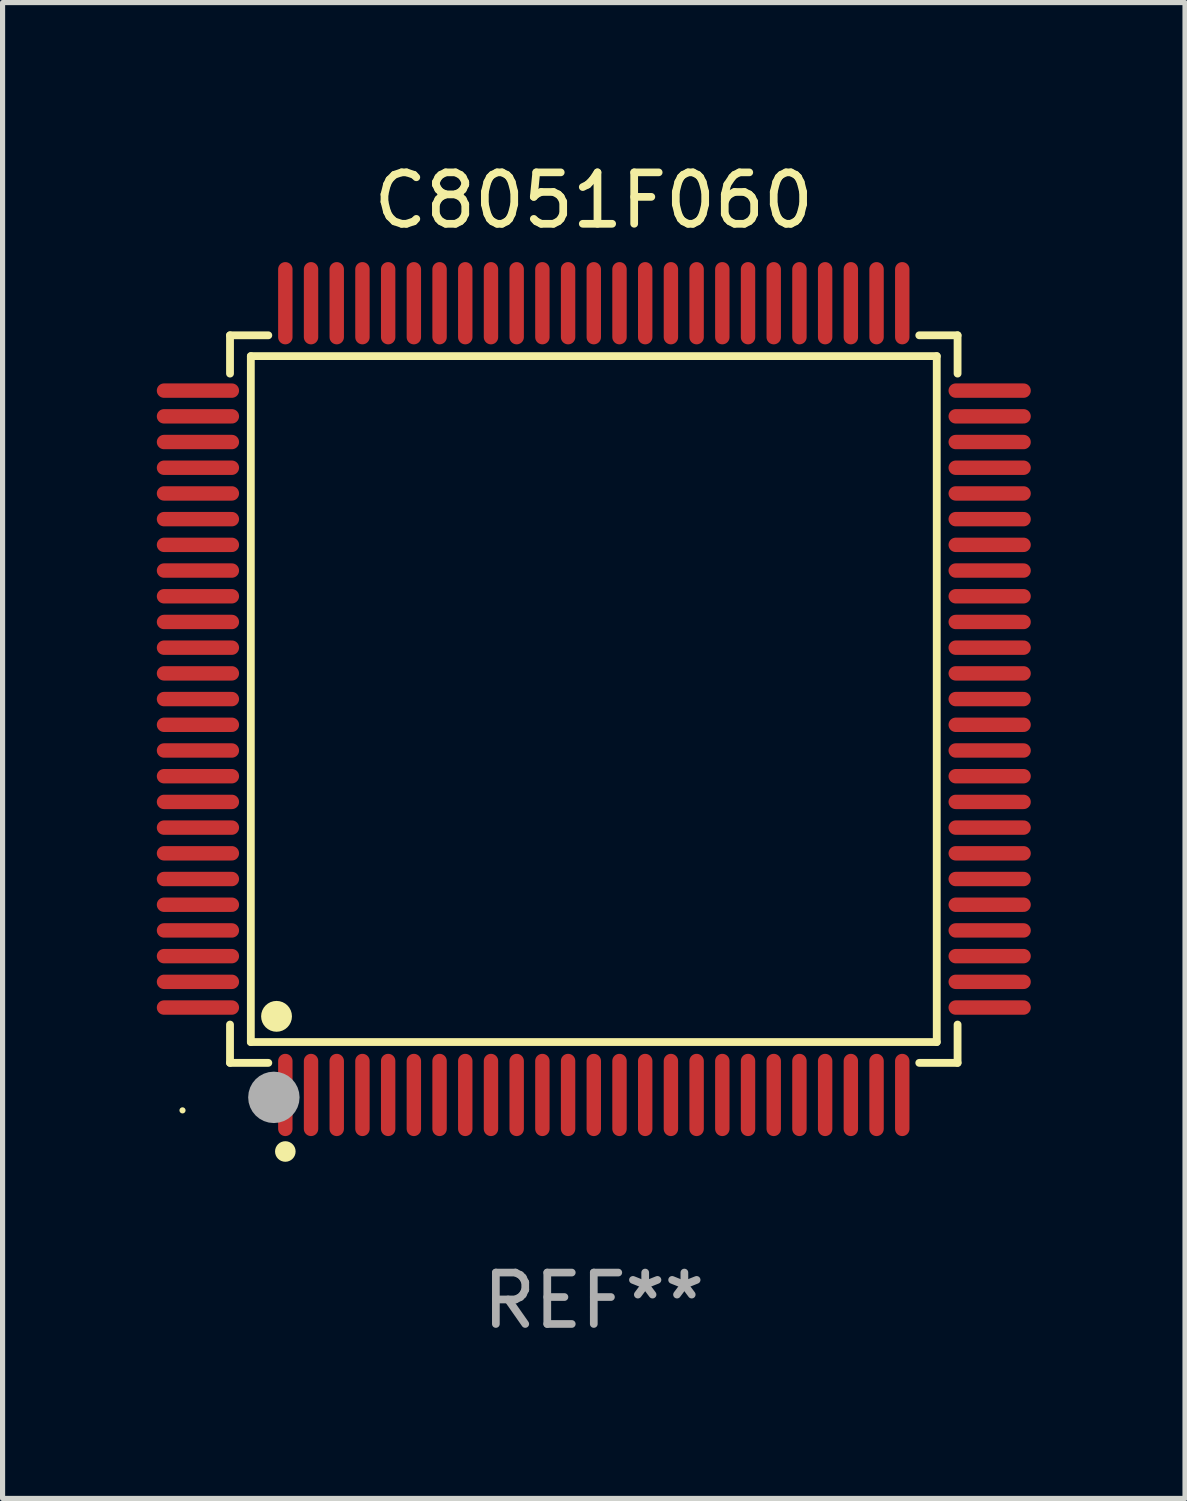
<source format=kicad_pcb>
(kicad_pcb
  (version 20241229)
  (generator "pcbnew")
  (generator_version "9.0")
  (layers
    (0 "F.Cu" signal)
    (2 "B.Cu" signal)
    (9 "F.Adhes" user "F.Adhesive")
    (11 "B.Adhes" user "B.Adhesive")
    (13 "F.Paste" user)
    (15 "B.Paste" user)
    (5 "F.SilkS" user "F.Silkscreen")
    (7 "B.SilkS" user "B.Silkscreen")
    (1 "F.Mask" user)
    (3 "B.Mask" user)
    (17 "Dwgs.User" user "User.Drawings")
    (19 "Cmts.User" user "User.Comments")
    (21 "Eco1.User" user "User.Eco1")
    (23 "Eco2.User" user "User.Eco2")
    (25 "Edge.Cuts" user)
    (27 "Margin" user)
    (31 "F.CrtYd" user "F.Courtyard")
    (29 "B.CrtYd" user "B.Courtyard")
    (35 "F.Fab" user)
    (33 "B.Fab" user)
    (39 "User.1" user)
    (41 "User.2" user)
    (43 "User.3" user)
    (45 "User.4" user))
  (footprint "C8051F060"
    (layer "F.Cu")
    (at 8.5 10.548)
    (property "Reference" "C8051F060" (at 0 -9.7 0) (layer "F.SilkS") (effects (font (size 1 1) (thickness 0.15))))
    (attr through_hole)
    (fp_line (start -7.076 -7.076) (end -6.331 -7.076) (stroke (width 0.152) (type solid)) (layer "F.SilkS"))
    (fp_line (start -7.076 -6.331) (end -7.076 -7.076) (stroke (width 0.152) (type solid)) (layer "F.SilkS"))
    (fp_line (start -7.076 6.331) (end -7.076 7.076) (stroke (width 0.152) (type solid)) (layer "F.SilkS"))
    (fp_line (start -7.076 7.076) (end -6.331 7.076) (stroke (width 0.152) (type solid)) (layer "F.SilkS"))
    (fp_line (start -6.671 -6.671) (end 6.671 -6.671) (stroke (width 0.152) (type solid)) (layer "F.SilkS"))
    (fp_line (start -6.671 6.671) (end -6.671 -6.671) (stroke (width 0.152) (type solid)) (layer "F.SilkS"))
    (fp_line (start 6.671 -6.671) (end 6.671 6.671) (stroke (width 0.152) (type solid)) (layer "F.SilkS"))
    (fp_line (start 6.671 6.671) (end -6.671 6.671) (stroke (width 0.152) (type solid)) (layer "F.SilkS"))
    (fp_line (start 7.076 -7.076) (end 6.331 -7.076) (stroke (width 0.152) (type solid)) (layer "F.SilkS"))
    (fp_line (start 7.076 -6.331) (end 7.076 -7.076) (stroke (width 0.152) (type solid)) (layer "F.SilkS"))
    (fp_line (start 7.076 6.331) (end 7.076 7.076) (stroke (width 0.152) (type solid)) (layer "F.SilkS"))
    (fp_line (start 7.076 7.076) (end 6.331 7.076) (stroke (width 0.152) (type solid)) (layer "F.SilkS"))
    (fp_circle (center -8 8) (end -7.97 8) (stroke (width 0.06) (type solid)) (fill no) (layer "F.SilkS"))
    (fp_circle (center -6.171 6.171) (end -6.021 6.171) (stroke (width 0.3) (type solid)) (fill no) (layer "F.SilkS"))
    (fp_circle (center -6 8.8) (end -5.9 8.8) (stroke (width 0.2) (type solid)) (fill no) (layer "F.SilkS"))
    (fp_circle (center -6.223 7.747) (end -5.973 7.747) (stroke (width 0.5) (type solid)) (fill no) (layer "F.Fab"))
    (fp_text user "REF**" (at 0 11.7 0) (layer "F.Fab") (effects (font (size 1 1) (thickness 0.15))))
    (pad "1" smd oval (at -6 7.7) (size 0.28 1.6) (layers "F.Cu" "F.Mask" "F.Paste"))
    (pad "2" smd oval (at -5.5 7.7) (size 0.28 1.6) (layers "F.Cu" "F.Mask" "F.Paste"))
    (pad "3" smd oval (at -5 7.7) (size 0.28 1.6) (layers "F.Cu" "F.Mask" "F.Paste"))
    (pad "4" smd oval (at -4.5 7.7) (size 0.28 1.6) (layers "F.Cu" "F.Mask" "F.Paste"))
    (pad "5" smd oval (at -4 7.7) (size 0.28 1.6) (layers "F.Cu" "F.Mask" "F.Paste"))
    (pad "6" smd oval (at -3.5 7.7) (size 0.28 1.6) (layers "F.Cu" "F.Mask" "F.Paste"))
    (pad "7" smd oval (at -3 7.7) (size 0.28 1.6) (layers "F.Cu" "F.Mask" "F.Paste"))
    (pad "8" smd oval (at -2.5 7.7) (size 0.28 1.6) (layers "F.Cu" "F.Mask" "F.Paste"))
    (pad "9" smd oval (at -2 7.7) (size 0.28 1.6) (layers "F.Cu" "F.Mask" "F.Paste"))
    (pad "10" smd oval (at -1.5 7.7) (size 0.28 1.6) (layers "F.Cu" "F.Mask" "F.Paste"))
    (pad "11" smd oval (at -1 7.7) (size 0.28 1.6) (layers "F.Cu" "F.Mask" "F.Paste"))
    (pad "12" smd oval (at -0.5 7.7) (size 0.28 1.6) (layers "F.Cu" "F.Mask" "F.Paste"))
    (pad "13" smd oval (at 0 7.7) (size 0.28 1.6) (layers "F.Cu" "F.Mask" "F.Paste"))
    (pad "14" smd oval (at 0.5 7.7) (size 0.28 1.6) (layers "F.Cu" "F.Mask" "F.Paste"))
    (pad "15" smd oval (at 1 7.7) (size 0.28 1.6) (layers "F.Cu" "F.Mask" "F.Paste"))
    (pad "16" smd oval (at 1.5 7.7) (size 0.28 1.6) (layers "F.Cu" "F.Mask" "F.Paste"))
    (pad "17" smd oval (at 2 7.7) (size 0.28 1.6) (layers "F.Cu" "F.Mask" "F.Paste"))
    (pad "18" smd oval (at 2.5 7.7) (size 0.28 1.6) (layers "F.Cu" "F.Mask" "F.Paste"))
    (pad "19" smd oval (at 3 7.7) (size 0.28 1.6) (layers "F.Cu" "F.Mask" "F.Paste"))
    (pad "20" smd oval (at 3.5 7.7) (size 0.28 1.6) (layers "F.Cu" "F.Mask" "F.Paste"))
    (pad "21" smd oval (at 4 7.7) (size 0.28 1.6) (layers "F.Cu" "F.Mask" "F.Paste"))
    (pad "22" smd oval (at 4.5 7.7) (size 0.28 1.6) (layers "F.Cu" "F.Mask" "F.Paste"))
    (pad "23" smd oval (at 5 7.7) (size 0.28 1.6) (layers "F.Cu" "F.Mask" "F.Paste"))
    (pad "24" smd oval (at 5.5 7.7) (size 0.28 1.6) (layers "F.Cu" "F.Mask" "F.Paste"))
    (pad "25" smd oval (at 6 7.7) (size 0.28 1.6) (layers "F.Cu" "F.Mask" "F.Paste"))
    (pad "26" smd oval (at 7.7 6) (size 1.6 0.28) (layers "F.Cu" "F.Mask" "F.Paste"))
    (pad "27" smd oval (at 7.7 5.5) (size 1.6 0.28) (layers "F.Cu" "F.Mask" "F.Paste"))
    (pad "28" smd oval (at 7.7 5) (size 1.6 0.28) (layers "F.Cu" "F.Mask" "F.Paste"))
    (pad "29" smd oval (at 7.7 4.5) (size 1.6 0.28) (layers "F.Cu" "F.Mask" "F.Paste"))
    (pad "30" smd oval (at 7.7 4) (size 1.6 0.28) (layers "F.Cu" "F.Mask" "F.Paste"))
    (pad "31" smd oval (at 7.7 3.5) (size 1.6 0.28) (layers "F.Cu" "F.Mask" "F.Paste"))
    (pad "32" smd oval (at 7.7 3) (size 1.6 0.28) (layers "F.Cu" "F.Mask" "F.Paste"))
    (pad "33" smd oval (at 7.7 2.5) (size 1.6 0.28) (layers "F.Cu" "F.Mask" "F.Paste"))
    (pad "34" smd oval (at 7.7 2) (size 1.6 0.28) (layers "F.Cu" "F.Mask" "F.Paste"))
    (pad "35" smd oval (at 7.7 1.5) (size 1.6 0.28) (layers "F.Cu" "F.Mask" "F.Paste"))
    (pad "36" smd oval (at 7.7 1) (size 1.6 0.28) (layers "F.Cu" "F.Mask" "F.Paste"))
    (pad "37" smd oval (at 7.7 0.5) (size 1.6 0.28) (layers "F.Cu" "F.Mask" "F.Paste"))
    (pad "38" smd oval (at 7.7 0) (size 1.6 0.28) (layers "F.Cu" "F.Mask" "F.Paste"))
    (pad "39" smd oval (at 7.7 -0.5) (size 1.6 0.28) (layers "F.Cu" "F.Mask" "F.Paste"))
    (pad "40" smd oval (at 7.7 -1) (size 1.6 0.28) (layers "F.Cu" "F.Mask" "F.Paste"))
    (pad "41" smd oval (at 7.7 -1.5) (size 1.6 0.28) (layers "F.Cu" "F.Mask" "F.Paste"))
    (pad "42" smd oval (at 7.7 -2) (size 1.6 0.28) (layers "F.Cu" "F.Mask" "F.Paste"))
    (pad "43" smd oval (at 7.7 -2.5) (size 1.6 0.28) (layers "F.Cu" "F.Mask" "F.Paste"))
    (pad "44" smd oval (at 7.7 -3) (size 1.6 0.28) (layers "F.Cu" "F.Mask" "F.Paste"))
    (pad "45" smd oval (at 7.7 -3.5) (size 1.6 0.28) (layers "F.Cu" "F.Mask" "F.Paste"))
    (pad "46" smd oval (at 7.7 -4) (size 1.6 0.28) (layers "F.Cu" "F.Mask" "F.Paste"))
    (pad "47" smd oval (at 7.7 -4.5) (size 1.6 0.28) (layers "F.Cu" "F.Mask" "F.Paste"))
    (pad "48" smd oval (at 7.7 -5) (size 1.6 0.28) (layers "F.Cu" "F.Mask" "F.Paste"))
    (pad "49" smd oval (at 7.7 -5.5) (size 1.6 0.28) (layers "F.Cu" "F.Mask" "F.Paste"))
    (pad "50" smd oval (at 7.7 -6) (size 1.6 0.28) (layers "F.Cu" "F.Mask" "F.Paste"))
    (pad "51" smd oval (at 6 -7.7) (size 0.28 1.6) (layers "F.Cu" "F.Mask" "F.Paste"))
    (pad "52" smd oval (at 5.5 -7.7) (size 0.28 1.6) (layers "F.Cu" "F.Mask" "F.Paste"))
    (pad "53" smd oval (at 5 -7.7) (size 0.28 1.6) (layers "F.Cu" "F.Mask" "F.Paste"))
    (pad "54" smd oval (at 4.5 -7.7) (size 0.28 1.6) (layers "F.Cu" "F.Mask" "F.Paste"))
    (pad "55" smd oval (at 4 -7.7) (size 0.28 1.6) (layers "F.Cu" "F.Mask" "F.Paste"))
    (pad "56" smd oval (at 3.5 -7.7) (size 0.28 1.6) (layers "F.Cu" "F.Mask" "F.Paste"))
    (pad "57" smd oval (at 3 -7.7) (size 0.28 1.6) (layers "F.Cu" "F.Mask" "F.Paste"))
    (pad "58" smd oval (at 2.5 -7.7) (size 0.28 1.6) (layers "F.Cu" "F.Mask" "F.Paste"))
    (pad "59" smd oval (at 2 -7.7) (size 0.28 1.6) (layers "F.Cu" "F.Mask" "F.Paste"))
    (pad "60" smd oval (at 1.5 -7.7) (size 0.28 1.6) (layers "F.Cu" "F.Mask" "F.Paste"))
    (pad "61" smd oval (at 1 -7.7) (size 0.28 1.6) (layers "F.Cu" "F.Mask" "F.Paste"))
    (pad "62" smd oval (at 0.5 -7.7) (size 0.28 1.6) (layers "F.Cu" "F.Mask" "F.Paste"))
    (pad "63" smd oval (at 0 -7.7) (size 0.28 1.6) (layers "F.Cu" "F.Mask" "F.Paste"))
    (pad "64" smd oval (at -0.5 -7.7) (size 0.28 1.6) (layers "F.Cu" "F.Mask" "F.Paste"))
    (pad "65" smd oval (at -1 -7.7) (size 0.28 1.6) (layers "F.Cu" "F.Mask" "F.Paste"))
    (pad "66" smd oval (at -1.5 -7.7) (size 0.28 1.6) (layers "F.Cu" "F.Mask" "F.Paste"))
    (pad "67" smd oval (at -2 -7.7) (size 0.28 1.6) (layers "F.Cu" "F.Mask" "F.Paste"))
    (pad "68" smd oval (at -2.5 -7.7) (size 0.28 1.6) (layers "F.Cu" "F.Mask" "F.Paste"))
    (pad "69" smd oval (at -3 -7.7) (size 0.28 1.6) (layers "F.Cu" "F.Mask" "F.Paste"))
    (pad "70" smd oval (at -3.5 -7.7) (size 0.28 1.6) (layers "F.Cu" "F.Mask" "F.Paste"))
    (pad "71" smd oval (at -4 -7.7) (size 0.28 1.6) (layers "F.Cu" "F.Mask" "F.Paste"))
    (pad "72" smd oval (at -4.5 -7.7) (size 0.28 1.6) (layers "F.Cu" "F.Mask" "F.Paste"))
    (pad "73" smd oval (at -5 -7.7) (size 0.28 1.6) (layers "F.Cu" "F.Mask" "F.Paste"))
    (pad "74" smd oval (at -5.5 -7.7) (size 0.28 1.6) (layers "F.Cu" "F.Mask" "F.Paste"))
    (pad "75" smd oval (at -6 -7.7) (size 0.28 1.6) (layers "F.Cu" "F.Mask" "F.Paste"))
    (pad "76" smd oval (at -7.7 -6) (size 1.6 0.28) (layers "F.Cu" "F.Mask" "F.Paste"))
    (pad "77" smd oval (at -7.7 -5.5) (size 1.6 0.28) (layers "F.Cu" "F.Mask" "F.Paste"))
    (pad "78" smd oval (at -7.7 -5) (size 1.6 0.28) (layers "F.Cu" "F.Mask" "F.Paste"))
    (pad "79" smd oval (at -7.7 -4.5) (size 1.6 0.28) (layers "F.Cu" "F.Mask" "F.Paste"))
    (pad "80" smd oval (at -7.7 -4) (size 1.6 0.28) (layers "F.Cu" "F.Mask" "F.Paste"))
    (pad "81" smd oval (at -7.7 -3.5) (size 1.6 0.28) (layers "F.Cu" "F.Mask" "F.Paste"))
    (pad "82" smd oval (at -7.7 -3) (size 1.6 0.28) (layers "F.Cu" "F.Mask" "F.Paste"))
    (pad "83" smd oval (at -7.7 -2.5) (size 1.6 0.28) (layers "F.Cu" "F.Mask" "F.Paste"))
    (pad "84" smd oval (at -7.7 -2) (size 1.6 0.28) (layers "F.Cu" "F.Mask" "F.Paste"))
    (pad "85" smd oval (at -7.7 -1.5) (size 1.6 0.28) (layers "F.Cu" "F.Mask" "F.Paste"))
    (pad "86" smd oval (at -7.7 -1) (size 1.6 0.28) (layers "F.Cu" "F.Mask" "F.Paste"))
    (pad "87" smd oval (at -7.7 -0.5) (size 1.6 0.28) (layers "F.Cu" "F.Mask" "F.Paste"))
    (pad "88" smd oval (at -7.7 0) (size 1.6 0.28) (layers "F.Cu" "F.Mask" "F.Paste"))
    (pad "89" smd oval (at -7.7 0.5) (size 1.6 0.28) (layers "F.Cu" "F.Mask" "F.Paste"))
    (pad "90" smd oval (at -7.7 1) (size 1.6 0.28) (layers "F.Cu" "F.Mask" "F.Paste"))
    (pad "91" smd oval (at -7.7 1.5) (size 1.6 0.28) (layers "F.Cu" "F.Mask" "F.Paste"))
    (pad "92" smd oval (at -7.7 2) (size 1.6 0.28) (layers "F.Cu" "F.Mask" "F.Paste"))
    (pad "93" smd oval (at -7.7 2.5) (size 1.6 0.28) (layers "F.Cu" "F.Mask" "F.Paste"))
    (pad "94" smd oval (at -7.7 3) (size 1.6 0.28) (layers "F.Cu" "F.Mask" "F.Paste"))
    (pad "95" smd oval (at -7.7 3.5) (size 1.6 0.28) (layers "F.Cu" "F.Mask" "F.Paste"))
    (pad "96" smd oval (at -7.7 4) (size 1.6 0.28) (layers "F.Cu" "F.Mask" "F.Paste"))
    (pad "97" smd oval (at -7.7 4.5) (size 1.6 0.28) (layers "F.Cu" "F.Mask" "F.Paste"))
    (pad "98" smd oval (at -7.7 5) (size 1.6 0.28) (layers "F.Cu" "F.Mask" "F.Paste"))
    (pad "99" smd oval (at -7.7 5.5) (size 1.6 0.28) (layers "F.Cu" "F.Mask" "F.Paste"))
    (pad "100" smd oval (at -7.7 6) (size 1.6 0.28) (layers "F.Cu" "F.Mask" "F.Paste")))
  (gr_rect
    (start -3 -3)
    (end 20 26.097)
    (stroke (width 0.1) (type default))
    (fill no)
    (layer "Edge.Cuts")))
</source>
